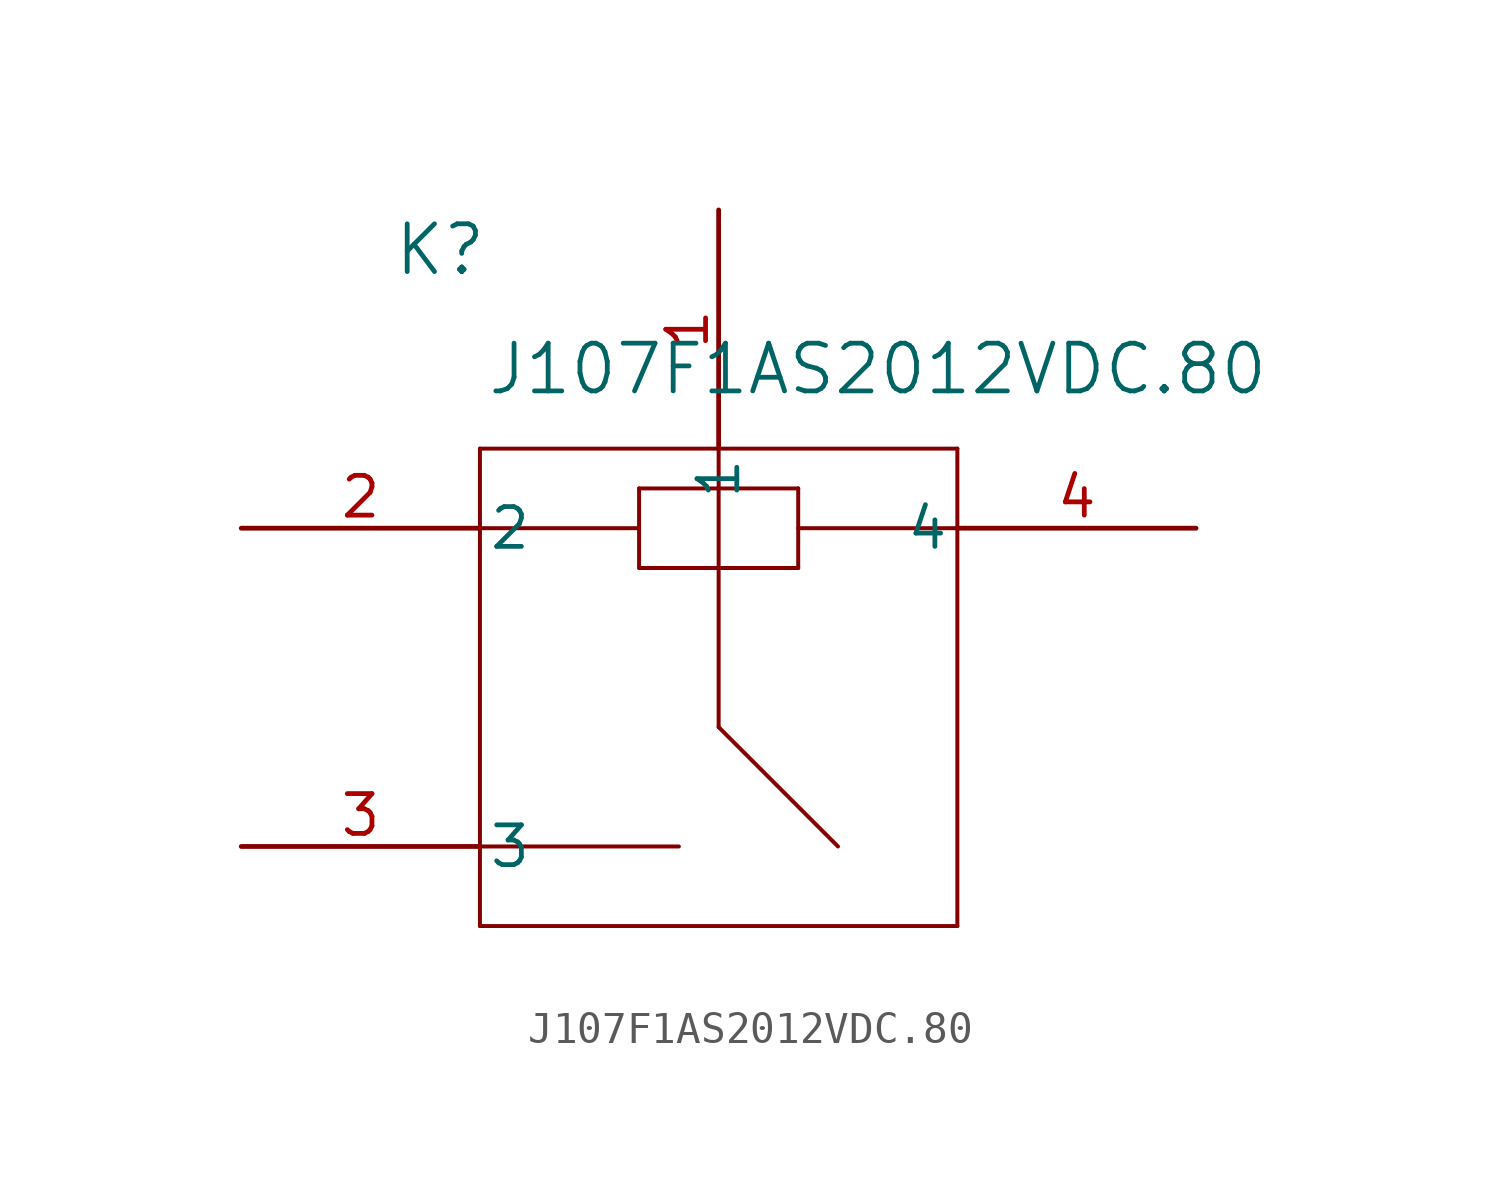
<source format=kicad_sym>
(kicad_symbol_lib
  (version 20211014)
  (generator kicad_symbol_editor)
  (symbol "J107F1AS2012VDC.80"
    (pin_names
      (offset 0.254))
    (property "Reference" "K"
      (at 6.35 8.89 0)
      (effects (font (size 1.524 1.524))))
    (property "Value" "J107F1AS2012VDC.80"
      (at 20.32 5.08 0)
      (effects (font (size 1.524 1.524))))
    (symbol "J107F1AS2012VDC.80_0_1"
      (polyline (pts (xy 7.62 2.54) (xy 7.62 -12.7)) (stroke (width 0.127) (type default) (color 0 0 0 0)) (fill (type none)))
      (polyline (pts (xy 7.62 -12.7) (xy 22.86 -12.7)) (stroke (width 0.127) (type default) (color 0 0 0 0)) (fill (type none)))
      (polyline (pts (xy 22.86 -12.7) (xy 22.86 2.54)) (stroke (width 0.127) (type default) (color 0 0 0 0)) (fill (type none)))
      (polyline (pts (xy 22.86 2.54) (xy 7.62 2.54)) (stroke (width 0.127) (type default) (color 0 0 0 0)) (fill (type none)))
      (polyline (pts (xy 7.62 0) (xy 12.7 0)) (stroke (width 0.127) (type default) (color 0 0 0 0)) (fill (type none)))
      (polyline (pts (xy 12.7 1.27) (xy 12.7 -1.27)) (stroke (width 0.127) (type default) (color 0 0 0 0)) (fill (type none)))
      (polyline (pts (xy 12.7 1.27) (xy 17.78 1.27)) (stroke (width 0.127) (type default) (color 0 0 0 0)) (fill (type none)))
      (polyline (pts (xy 17.78 1.27) (xy 17.78 -1.27)) (stroke (width 0.127) (type default) (color 0 0 0 0)) (fill (type none)))
      (polyline (pts (xy 12.7 -1.27) (xy 17.78 -1.27)) (stroke (width 0.127) (type default) (color 0 0 0 0)) (fill (type none)))
      (polyline (pts (xy 22.86 0) (xy 17.78 0)) (stroke (width 0.127) (type default) (color 0 0 0 0)) (fill (type none)))
      (polyline (pts (xy 15.24 2.54) (xy 15.24 -6.35)) (stroke (width 0.127) (type default) (color 0 0 0 0)) (fill (type none)))
      (polyline (pts (xy 15.24 -6.35) (xy 19.05 -10.16)) (stroke (width 0.127) (type default) (color 0 0 0 0)) (fill (type none)))
      (polyline (pts (xy 7.62 -10.16) (xy 13.97 -10.16)) (stroke (width 0.127) (type default) (color 0 0 0 0)) (fill (type none)))
      (pin unspecified line (at 15.24 10.16 270) (length 7.62) (name "1" (effects (font (size 1.27 1.27)))) (number "1" (effects (font (size 1.27 1.27)))))
      (pin unspecified line (at 0 0 0) (length 7.62) (name "2" (effects (font (size 1.27 1.27)))) (number "2" (effects (font (size 1.27 1.27)))))
      (pin unspecified line (at 0 -10.16 0) (length 7.62) (name "3" (effects (font (size 1.27 1.27)))) (number "3" (effects (font (size 1.27 1.27)))))
      (pin unspecified line (at 30.48 0 180) (length 7.62) (name "4" (effects (font (size 1.27 1.27)))) (number "4" (effects (font (size 1.27 1.27))))))))
</source>
